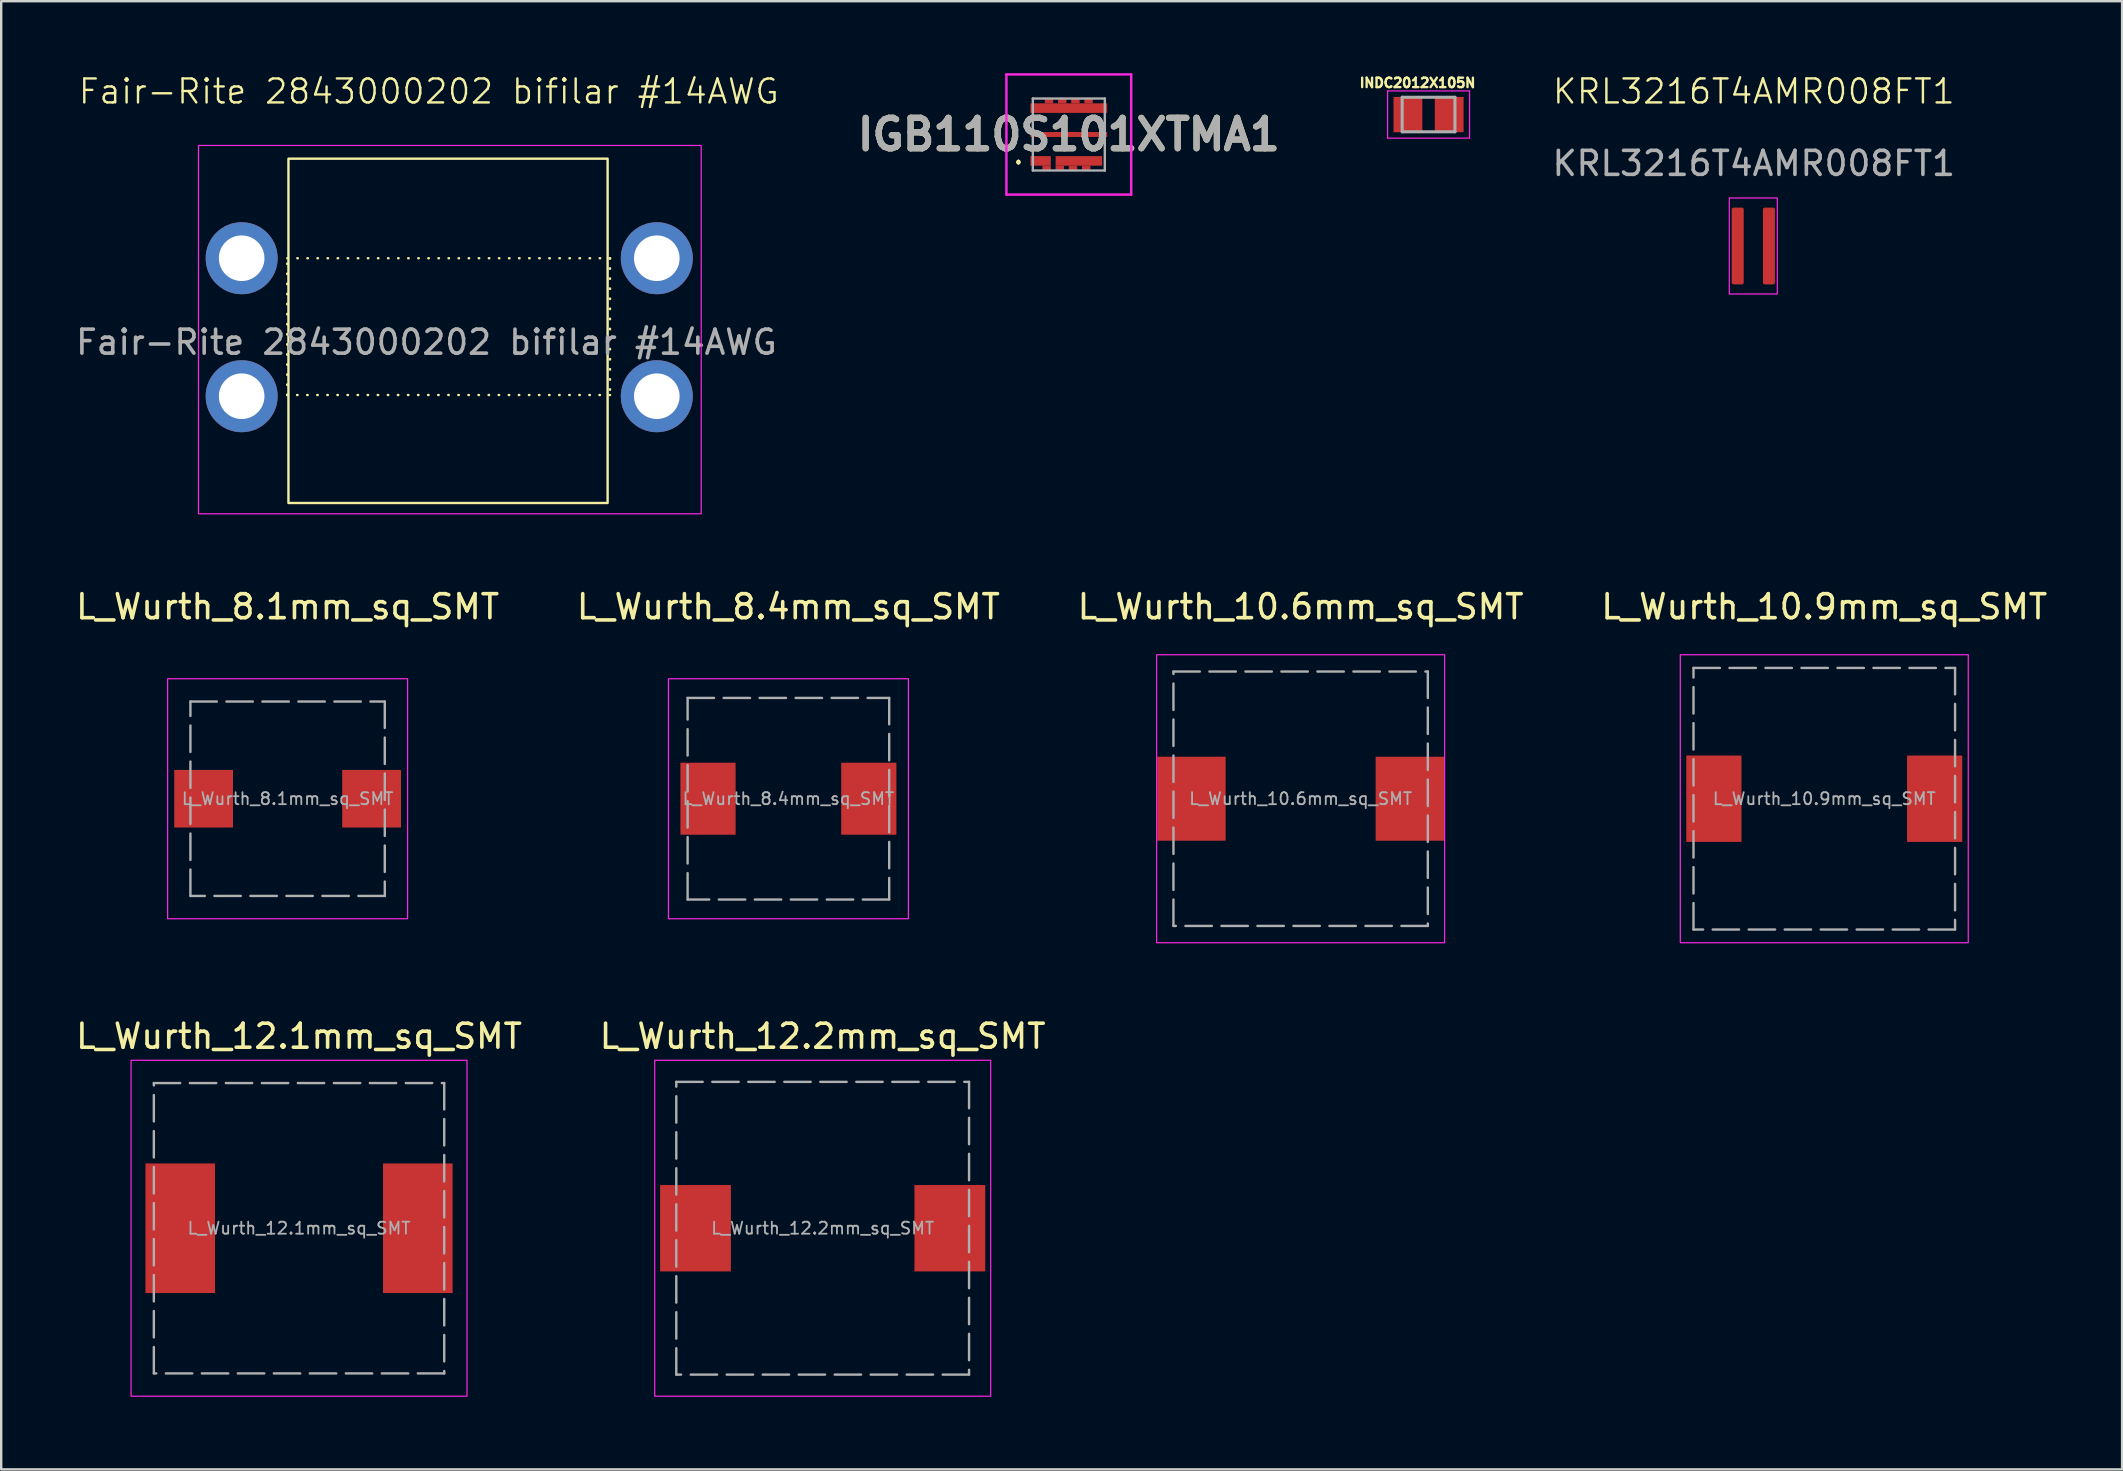
<source format=kicad_pcb>
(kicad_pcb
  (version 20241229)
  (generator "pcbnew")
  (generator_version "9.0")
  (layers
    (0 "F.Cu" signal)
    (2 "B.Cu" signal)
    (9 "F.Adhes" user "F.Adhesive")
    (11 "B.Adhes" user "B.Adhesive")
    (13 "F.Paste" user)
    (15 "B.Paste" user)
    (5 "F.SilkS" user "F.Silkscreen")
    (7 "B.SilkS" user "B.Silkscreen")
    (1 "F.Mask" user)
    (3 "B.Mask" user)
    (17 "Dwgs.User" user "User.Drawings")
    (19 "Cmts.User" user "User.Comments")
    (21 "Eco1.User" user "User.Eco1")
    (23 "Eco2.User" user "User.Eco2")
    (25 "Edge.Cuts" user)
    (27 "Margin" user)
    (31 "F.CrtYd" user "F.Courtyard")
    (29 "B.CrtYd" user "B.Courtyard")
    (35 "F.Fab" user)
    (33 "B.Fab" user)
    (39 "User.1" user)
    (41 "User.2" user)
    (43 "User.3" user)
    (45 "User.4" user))
  (footprint "Fair-Rite 2843000202 bifilar #14AWG"
    (layer "F.Cu")
    (at 14.77 6.511)
    (property "Reference" "Fair-Rite 2843000202 bifilar #14AWG" (at 0.05 -5.75 0) (unlocked yes) (layer "F.SilkS") (effects (font (size 1 1) (thickness 0.1))))
    (attr smd)
    (fp_rect (start -5.85 1.2) (end 7.6 6.9) (stroke (width 0.1) (type dot)) (fill no) (layer "F.SilkS"))
    (fp_rect (start -5.8 -2.95) (end 7.5 11.4) (stroke (width 0.1) (type default)) (fill no) (layer "F.SilkS"))
    (fp_rect (start -9.55 -3.5) (end 11.4 11.85) (stroke (width 0.05) (type default)) (fill no) (layer "F.CrtYd"))
    (fp_text user "${REFERENCE}" (at -0.05 4.7 0) (unlocked yes) (layer "F.Fab") (effects (font (size 1 1) (thickness 0.15))))
    (pad "1" thru_hole circle (at 9.55 1.2) (size 3 3) (drill 1.9) (layers "*.Cu" "*.Mask"))
    (pad "2" thru_hole circle (at 9.55 6.95) (size 3 3) (drill 1.9) (layers "*.Cu" "*.Mask"))
    (pad "3" thru_hole circle (at -7.75 1.2) (size 3 3) (drill 1.9) (layers "*.Cu" "*.Mask"))
    (pad "4" thru_hole circle (at -7.75 6.95) (size 3 3) (drill 1.9) (layers "*.Cu" "*.Mask")))
  (footprint "IGB110S101XTMA1"
    (layer "F.Cu")
    (at 41.489 2.555)
    (property "Reference" "IGB110S101XTMA1" (at 0 0 0) (layer "F.SilkS") (effects (font (size 1.27 1.27) (thickness 0.254))))
    (attr smd)
    (fp_line (start -2.1 1.1) (end -2.1 1.1) (stroke (width 0.1) (type solid)) (layer "F.SilkS"))
    (fp_line (start -2.1 1.2) (end -2.1 1.2) (stroke (width 0.1) (type solid)) (layer "F.SilkS"))
    (fp_arc (start -2.1 1.1) (mid -2.05 1.15) (end -2.1 1.2) (stroke (width 0.1) (type solid)) (layer "F.SilkS"))
    (fp_arc (start -2.1 1.2) (mid -2.15 1.15) (end -2.1 1.1) (stroke (width 0.1) (type solid)) (layer "F.SilkS"))
    (fp_line (start -2.6 -2.505) (end 2.6 -2.505) (stroke (width 0.1) (type solid)) (layer "F.CrtYd"))
    (fp_line (start -2.6 2.505) (end -2.6 -2.505) (stroke (width 0.1) (type solid)) (layer "F.CrtYd"))
    (fp_line (start 2.6 -2.505) (end 2.6 2.505) (stroke (width 0.1) (type solid)) (layer "F.CrtYd"))
    (fp_line (start 2.6 2.505) (end -2.6 2.505) (stroke (width 0.1) (type solid)) (layer "F.CrtYd"))
    (fp_line (start -1.5 -1.5) (end 1.5 -1.5) (stroke (width 0.1) (type solid)) (layer "F.Fab"))
    (fp_line (start -1.5 1.5) (end -1.5 -1.5) (stroke (width 0.1) (type solid)) (layer "F.Fab"))
    (fp_line (start 1.5 -1.5) (end 1.5 1.5) (stroke (width 0.1) (type solid)) (layer "F.Fab"))
    (fp_line (start 1.5 1.5) (end -1.5 1.5) (stroke (width 0.1) (type solid)) (layer "F.Fab"))
    (fp_text user "${REFERENCE}" (at 0 0 0) (layer "F.Fab") (effects (font (size 1.27 1.27) (thickness 0.254))))
    (pad "1" smd rect (at -1.175 1.1 90) (size 0.4 0.85) (layers "F.Cu" "F.Mask" "F.Paste"))
    (pad "2" smd rect (at 0 0 90) (size 0.205 3.2) (layers "F.Cu" "F.Mask" "F.Paste"))
    (pad "3" smd rect (at 0 -1.1 90) (size 0.4 3.2) (layers "F.Cu" "F.Mask" "F.Paste"))
    (pad "4" smd rect (at 0.42 1.1 90) (size 0.4 1.94) (layers "F.Cu" "F.Mask" "F.Paste"))
    (pad "5" smd rect (at -0.925 1.403 90) (size 0.205 0.35) (layers "F.Cu" "F.Mask" "F.Paste"))
    (pad "6" smd rect (at -0.375 1.403 90) (size 0.205 0.35) (layers "F.Cu" "F.Mask" "F.Paste"))
    (pad "7" smd rect (at 0.175 1.403 90) (size 0.205 0.35) (layers "F.Cu" "F.Mask" "F.Paste"))
    (pad "8" smd rect (at 0.725 1.403 90) (size 0.205 0.35) (layers "F.Cu" "F.Mask" "F.Paste"))
    (pad "9" smd rect (at 0.825 -1.403 90) (size 0.205 0.35) (layers "F.Cu" "F.Mask" "F.Paste"))
    (pad "10" smd rect (at 0.275 -1.403 90) (size 0.205 0.35) (layers "F.Cu" "F.Mask" "F.Paste"))
    (pad "11" smd rect (at -0.275 -1.403 90) (size 0.205 0.35) (layers "F.Cu" "F.Mask" "F.Paste"))
    (pad "12" smd rect (at -0.825 -1.403 90) (size 0.205 0.35) (layers "F.Cu" "F.Mask" "F.Paste")))
  (footprint "L_Wurth_10.6mm_sq_SMT"
    (layer "F.Cu")
    (at 51.149 30.234)
    (property "Reference" "L_Wurth_10.6mm_sq_SMT" (at 0 -8 0) (unlocked yes) (layer "F.SilkS") (effects (font (size 1 1) (thickness 0.15))))
    (attr smd)
    (fp_rect (start -3.125 -6) (end 3.125 6) (stroke (width 0.1) (type solid)) (fill yes) (layer "F.Mask"))
    (fp_rect (start -6 -6) (end 6 6) (stroke (width 0.05) (type solid)) (fill no) (layer "F.CrtYd"))
    (fp_rect (start -5.3 -5.3) (end 5.3 5.3) (stroke (width 0.1) (type dash)) (fill no) (layer "F.Fab"))
    (fp_text user "${REFERENCE}" (at 0 0 0) (unlocked yes) (layer "F.Fab") (effects (font (size 0.5 0.5) (thickness 0.075))))
    (pad "1" smd rect (at -4.55 0) (size 2.85 3.5) (layers "F.Cu" "F.Mask" "F.Paste"))
    (pad "2" smd rect (at 4.55 0) (size 2.85 3.5) (layers "F.Cu" "F.Mask" "F.Paste")))
  (footprint "INDC2012X105N"
    (layer "F.Cu")
    (at 56.48 1.723)
    (property "Reference" "INDC2012X105N" (at -0.46 -1.32 0) (layer "F.SilkS") (effects (font (size 0.394 0.394) (thickness 0.15))))
    (attr smd)
    (fp_line (start -1.708 -0.983) (end 1.708 -0.983) (stroke (width 0.05) (type solid)) (layer "F.CrtYd"))
    (fp_line (start -1.708 0.983) (end -1.708 -0.983) (stroke (width 0.05) (type solid)) (layer "F.CrtYd"))
    (fp_line (start -1.708 0.983) (end 1.708 0.983) (stroke (width 0.05) (type solid)) (layer "F.CrtYd"))
    (fp_line (start 1.708 0.983) (end 1.708 -0.983) (stroke (width 0.05) (type solid)) (layer "F.CrtYd"))
    (fp_line (start -1.1 0.72) (end -1.1 -0.72) (stroke (width 0.127) (type solid)) (layer "F.Fab"))
    (fp_line (start 1.1 -0.72) (end -1.1 -0.72) (stroke (width 0.127) (type solid)) (layer "F.Fab"))
    (fp_line (start 1.1 0.72) (end -1.1 0.72) (stroke (width 0.127) (type solid)) (layer "F.Fab"))
    (fp_line (start 1.1 0.72) (end 1.1 -0.72) (stroke (width 0.127) (type solid)) (layer "F.Fab"))
    (pad "1" smd rect (at -0.86 0) (size 1.2 1.47) (layers "F.Cu" "F.Mask" "F.Paste"))
    (pad "2" smd rect (at 0.86 0) (size 1.2 1.47) (layers "F.Cu" "F.Mask" "F.Paste")))
  (footprint "L_Wurth_12.1mm_sq_SMT"
    (layer "F.Cu")
    (at 9.411 48.132)
    (property "Reference" "L_Wurth_12.1mm_sq_SMT" (at 0 -8 0) (unlocked yes) (layer "F.SilkS") (effects (font (size 1 1) (thickness 0.15))))
    (attr smd)
    (fp_rect (start -7 -7) (end 7 7) (stroke (width 0.05) (type solid)) (fill no) (layer "F.CrtYd"))
    (fp_rect (start -6.05 -6.05) (end 6.05 6.05) (stroke (width 0.1) (type dash)) (fill no) (layer "F.Fab"))
    (fp_text user "${REFERENCE}" (at 0 0 0) (unlocked yes) (layer "F.Fab") (effects (font (size 0.5 0.5) (thickness 0.075))))
    (pad "1" smd rect (at -4.95 0) (size 2.9 5.4) (layers "F.Cu" "F.Mask" "F.Paste"))
    (pad "2" smd rect (at 4.95 0) (size 2.9 5.4) (layers "F.Cu" "F.Mask" "F.Paste")))
  (footprint "KRL3216T4AMR008FT1"
    (layer "F.Cu")
    (at 70.013 7.2)
    (property "Reference" "KRL3216T4AMR008FT1" (at 0.02 -6.44 0) (unlocked yes) (layer "F.SilkS") (effects (font (size 1 1) (thickness 0.1))))
    (attr smd)
    (fp_rect (start -1 -2) (end 1 2) (stroke (width 0.05) (type solid)) (fill no) (layer "F.CrtYd"))
    (fp_text user "${REFERENCE}" (at 0.02 -3.44 0) (unlocked yes) (layer "F.Fab") (effects (font (size 1 1) (thickness 0.15))))
    (pad "1" smd roundrect (at -0.65 0) (size 0.5 3.2) (layers "F.Cu" "F.Mask" "F.Paste") (roundrect_rratio 0.15))
    (pad "2" smd roundrect (at 0.65 0) (size 0.5 3.2) (layers "F.Cu" "F.Mask" "F.Paste") (roundrect_rratio 0.15)))
  (footprint "L_Wurth_12.2mm_sq_SMT"
    (layer "F.Cu")
    (at 31.232 48.132)
    (property "Reference" "L_Wurth_12.2mm_sq_SMT" (at 0 -8 0) (unlocked yes) (layer "F.SilkS") (effects (font (size 1 1) (thickness 0.15))))
    (attr smd)
    (fp_rect (start -3.825 -7) (end 3.825 7) (stroke (width 0.1) (type solid)) (fill yes) (layer "F.Mask"))
    (fp_rect (start -7 -7) (end 7 7) (stroke (width 0.05) (type solid)) (fill no) (layer "F.CrtYd"))
    (fp_rect (start -6.1 -6.1) (end 6.1 6.1) (stroke (width 0.1) (type dash)) (fill no) (layer "F.Fab"))
    (fp_text user "${REFERENCE}" (at 0 0 0) (unlocked yes) (layer "F.Fab") (effects (font (size 0.5 0.5) (thickness 0.075))))
    (pad "1" smd rect (at -5.3 0) (size 2.95 3.6) (layers "F.Cu" "F.Mask" "F.Paste"))
    (pad "2" smd rect (at 5.3 0) (size 2.95 3.6) (layers "F.Cu" "F.Mask" "F.Paste")))
  (footprint "L_Wurth_8.4mm_sq_SMT"
    (layer "F.Cu")
    (at 29.804 30.234)
    (property "Reference" "L_Wurth_8.4mm_sq_SMT" (at 0 -8 0) (unlocked yes) (layer "F.SilkS") (effects (font (size 1 1) (thickness 0.15))))
    (attr smd)
    (fp_rect (start -5 -5) (end 5 5) (stroke (width 0.05) (type solid)) (fill no) (layer "F.CrtYd"))
    (fp_rect (start -4.2 -4.2) (end 4.2 4.2) (stroke (width 0.1) (type dash)) (fill no) (layer "F.Fab"))
    (fp_text user "${REFERENCE}" (at 0 0 0) (unlocked yes) (layer "F.Fab") (effects (font (size 0.5 0.5) (thickness 0.075))))
    (pad "1" smd rect (at -3.35 0) (size 2.3 3) (layers "F.Cu" "F.Mask" "F.Paste"))
    (pad "2" smd rect (at 3.35 0) (size 2.3 3) (layers "F.Cu" "F.Mask" "F.Paste")))
  (footprint "L_Wurth_10.9mm_sq_SMT"
    (layer "F.Cu")
    (at 72.97 30.234)
    (property "Reference" "L_Wurth_10.9mm_sq_SMT" (at 0 -8 0) (unlocked yes) (layer "F.SilkS") (effects (font (size 1 1) (thickness 0.15))))
    (attr smd)
    (fp_rect (start -6 -6) (end 6 6) (stroke (width 0.05) (type solid)) (fill no) (layer "F.CrtYd"))
    (fp_rect (start -5.45 -5.45) (end 5.45 5.45) (stroke (width 0.1) (type dash)) (fill no) (layer "F.Fab"))
    (fp_text user "${REFERENCE}" (at 0 0 0) (unlocked yes) (layer "F.Fab") (effects (font (size 0.5 0.5) (thickness 0.075))))
    (pad "1" smd rect (at -4.6 0) (size 2.3 3.6) (layers "F.Cu" "F.Mask" "F.Paste"))
    (pad "2" smd rect (at 4.6 0) (size 2.3 3.6) (layers "F.Cu" "F.Mask" "F.Paste")))
  (footprint "L_Wurth_8.1mm_sq_SMT"
    (layer "F.Cu")
    (at 8.935 30.234)
    (property "Reference" "L_Wurth_8.1mm_sq_SMT" (at 0 -8 0) (unlocked yes) (layer "F.SilkS") (effects (font (size 1 1) (thickness 0.15))))
    (attr smd)
    (fp_rect (start -2.275 -5) (end 2.275 5) (stroke (width 0.1) (type solid)) (fill yes) (layer "F.Mask"))
    (fp_rect (start -5 -5) (end 5 5) (stroke (width 0.05) (type solid)) (fill no) (layer "F.CrtYd"))
    (fp_rect (start -4.05 -4.05) (end 4.05 4.05) (stroke (width 0.1) (type dash)) (fill no) (layer "F.Fab"))
    (fp_text user "${REFERENCE}" (at 0 0 0) (unlocked yes) (layer "F.Fab") (effects (font (size 0.5 0.5) (thickness 0.075))))
    (pad "1" smd rect (at -3.5 0) (size 2.45 2.4) (layers "F.Cu" "F.Mask" "F.Paste"))
    (pad "2" smd rect (at 3.5 0) (size 2.45 2.4) (layers "F.Cu" "F.Mask" "F.Paste")))
  (gr_rect
    (start -3 -3)
    (end 85.381 58.182)
    (stroke (width 0.1) (type default))
    (fill no)
    (layer "Edge.Cuts")))
</source>
